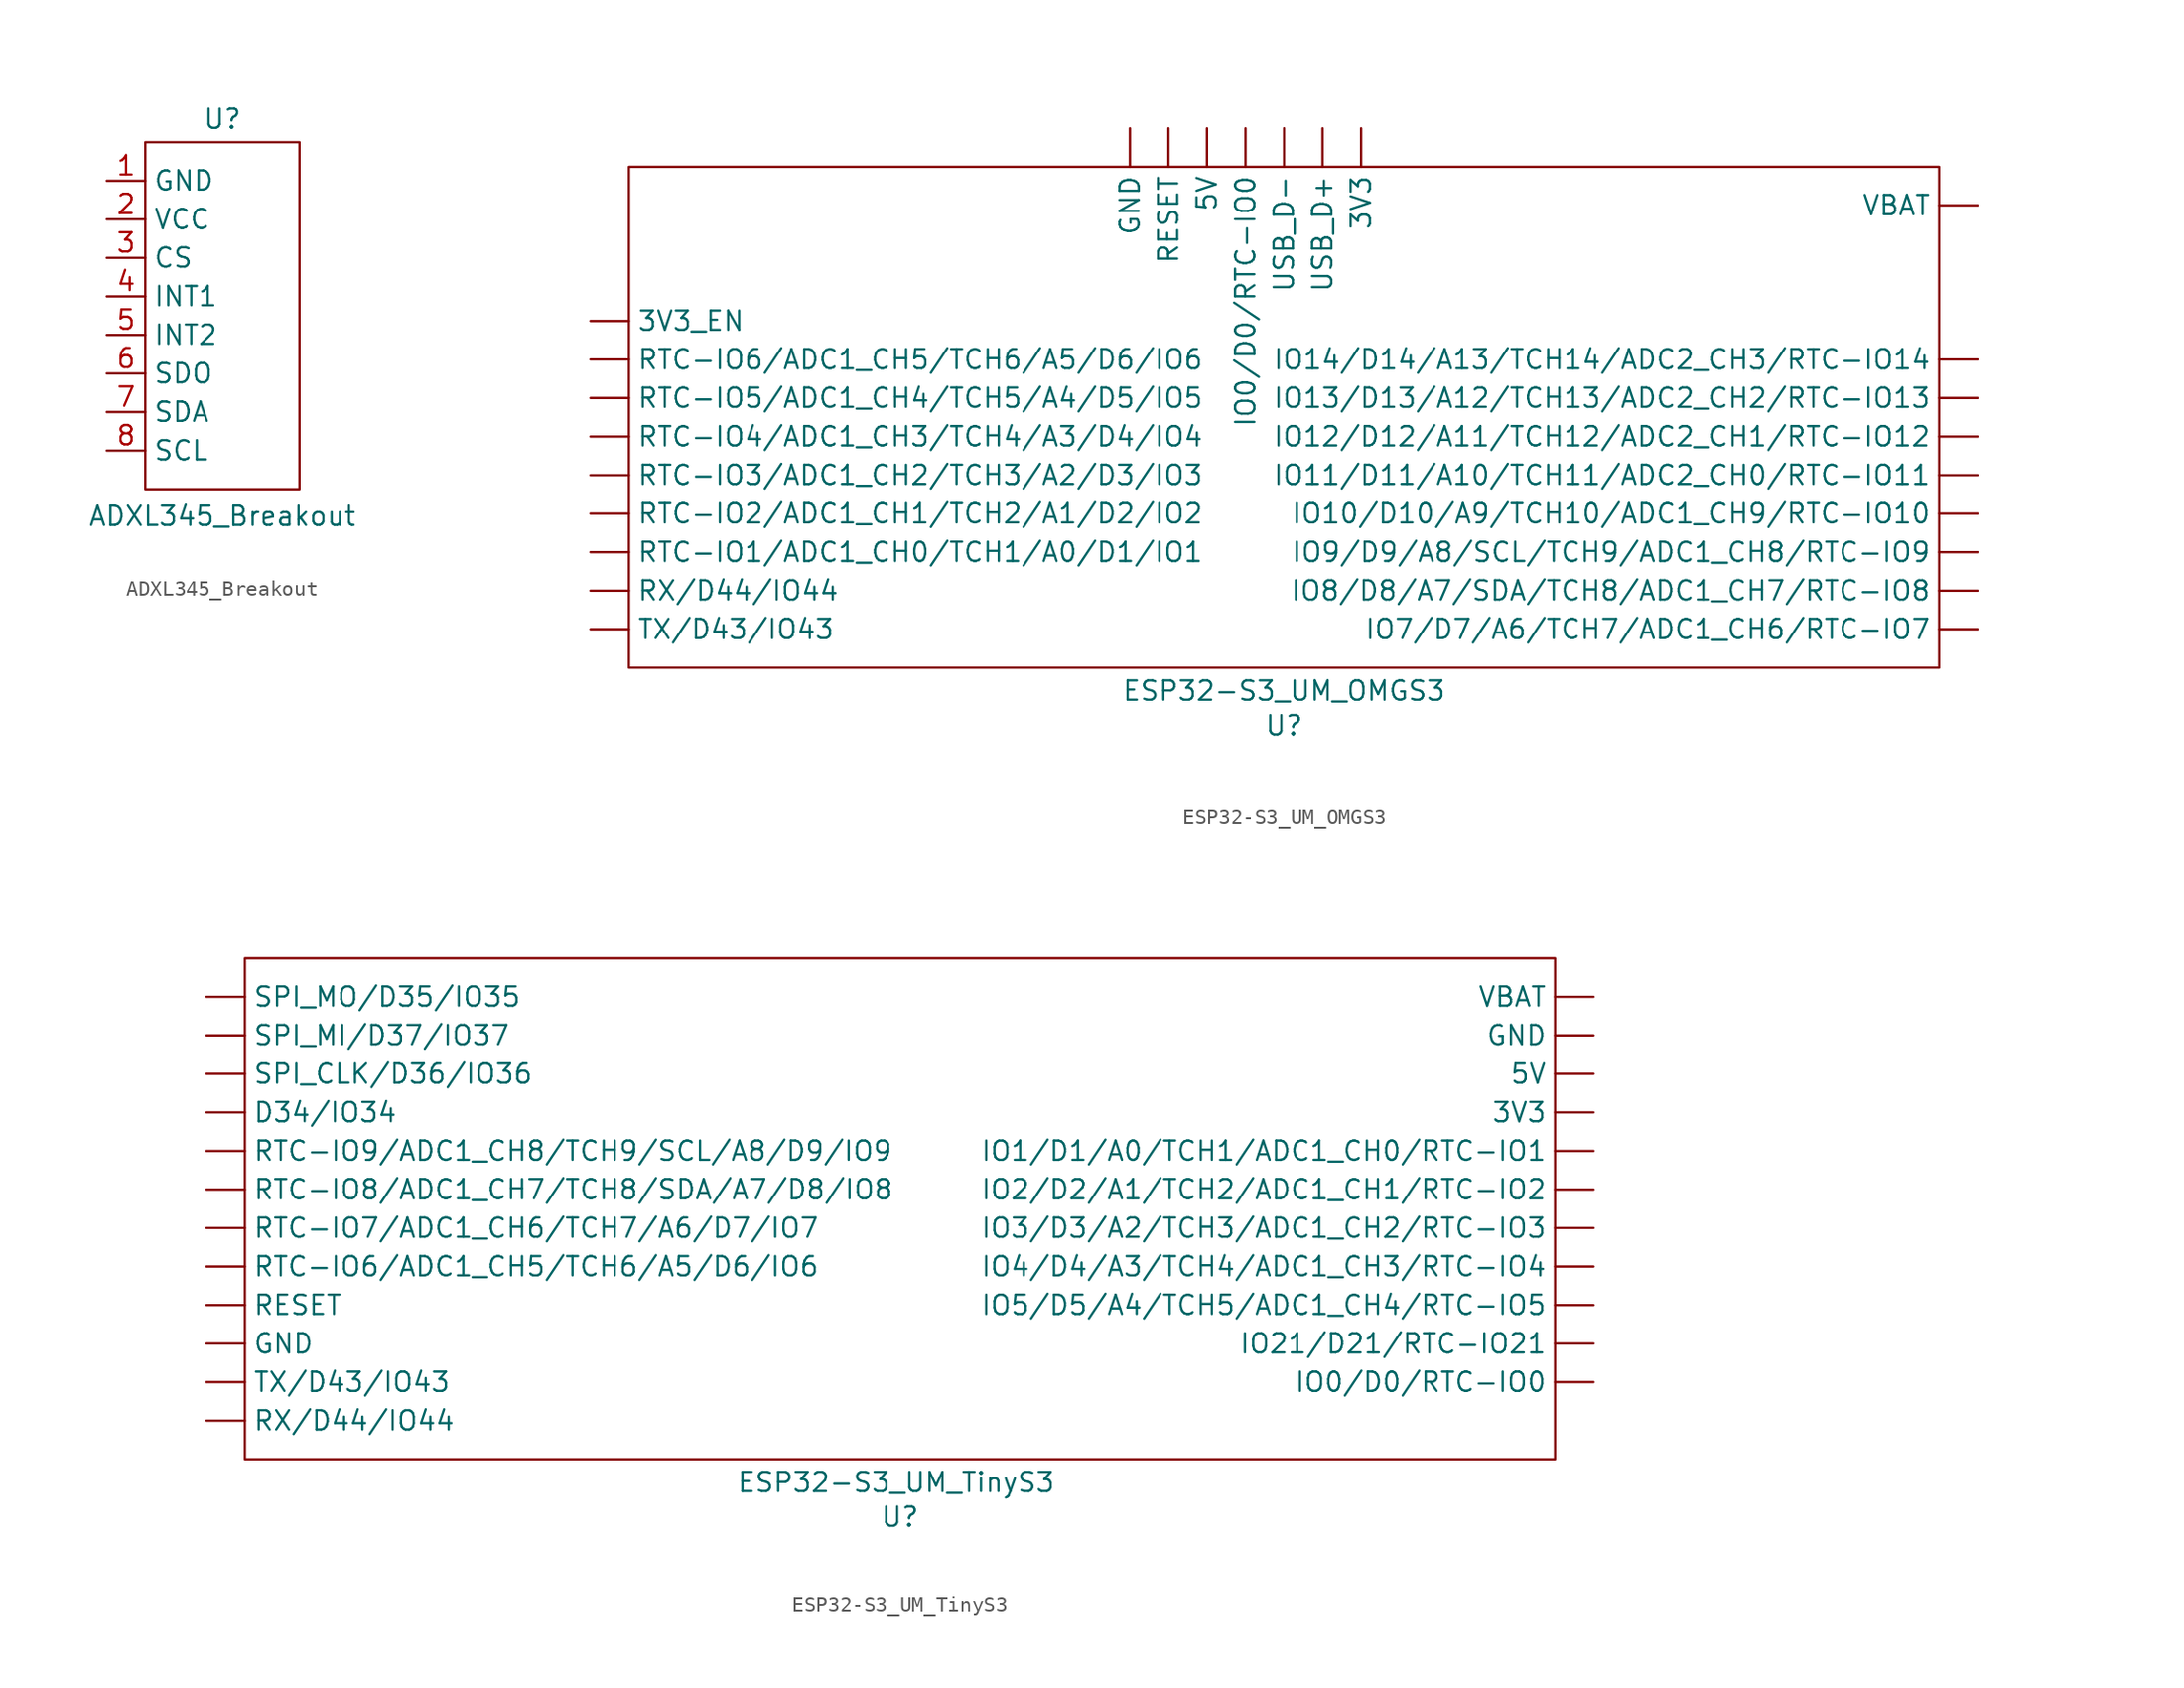
<source format=kicad_sym>
(kicad_symbol_lib
  (version 20231120)
  (generator "kicad_symbol_editor")
  (generator_version "8.0")
  (symbol "ADXL345_Breakout"
    (property "Reference" "U"
      (at 0 12.954 0)
      (effects (font (size 1.27 1.27))))
    (property "Value" "ADXL345_Breakout"
      (at 0 -13.208 0)
      (effects (font (size 1.27 1.27))))
    (symbol "ADXL345_Breakout_0_1"
      (rectangle (start -5.08 11.43) (end 5.08 -11.43) (stroke (width 0) (type default)) (fill (type none))))
    (symbol "ADXL345_Breakout_1_1"
      (pin power_in line (at -7.62 8.89 0) (length 2.54) (name "GND" (effects (font (size 1.27 1.27)))) (number "1" (effects (font (size 1.27 1.27)))))
      (pin power_in line (at -7.62 6.35 0) (length 2.54) (name "VCC" (effects (font (size 1.27 1.27)))) (number "2" (effects (font (size 1.27 1.27)))))
      (pin input line (at -7.62 3.81 0) (length 2.54) (name "CS" (effects (font (size 1.27 1.27)))) (number "3" (effects (font (size 1.27 1.27)))))
      (pin output line (at -7.62 1.27 0) (length 2.54) (name "INT1" (effects (font (size 1.27 1.27)))) (number "4" (effects (font (size 1.27 1.27)))))
      (pin output line (at -7.62 -1.27 0) (length 2.54) (name "INT2" (effects (font (size 1.27 1.27)))) (number "5" (effects (font (size 1.27 1.27)))))
      (pin output line (at -7.62 -3.81 0) (length 2.54) (name "SDO" (effects (font (size 1.27 1.27)))) (number "6" (effects (font (size 1.27 1.27)))))
      (pin bidirectional line (at -7.62 -6.35 0) (length 2.54) (name "SDA" (effects (font (size 1.27 1.27)))) (number "7" (effects (font (size 1.27 1.27)))))
      (pin input line (at -7.62 -8.89 0) (length 2.54) (name "SCL" (effects (font (size 1.27 1.27)))) (number "8" (effects (font (size 1.27 1.27)))))))
  (symbol "ESP32-S3_UM_OMGS3"
    (property "Reference" "U"
      (at 0 -20.32 0)
      (effects (font (size 1.27 1.27))))
    (property "Value" "ESP32-S3_UM_OMGS3"
      (at 0 -18.034 0)
      (effects (font (size 1.27 1.27))))
    (symbol "ESP32-S3_UM_OMGS3_0_1"
      (rectangle (start -43.18 16.51) (end 43.18 -16.51) (stroke (width 0) (type default)) (fill (type none))))
    (symbol "ESP32-S3_UM_OMGS3_1_1"
      (pin power_out line (at 5.08 19.05 270) (length 2.54) (name "3V3" (effects (font (size 1.27 1.27)))) (number "" (effects (font (size 1.27 1.27)))))
      (pin input line (at -45.72 6.35 0) (length 2.54) (name "3V3_EN" (effects (font (size 1.27 1.27)))) (number "" (effects (font (size 1.27 1.27)))))
      (pin power_out line (at -5.08 19.05 270) (length 2.54) (name "5V" (effects (font (size 1.27 1.27)))) (number "" (effects (font (size 1.27 1.27)))))
      (pin power_in line (at -10.16 19.05 270) (length 2.54) (name "GND" (effects (font (size 1.27 1.27)))) (number "" (effects (font (size 1.27 1.27)))))
      (pin bidirectional line (at -2.54 19.05 270) (length 2.54) (name "IO0/D0/RTC-IO0" (effects (font (size 1.27 1.27)))) (number "" (effects (font (size 1.27 1.27)))))
      (pin bidirectional line (at 45.72 -6.35 180) (length 2.54) (name "IO10/D10/A9/TCH10/ADC1_CH9/RTC-IO10" (effects (font (size 1.27 1.27)))) (number "" (effects (font (size 1.27 1.27)))))
      (pin bidirectional line (at 45.72 -3.81 180) (length 2.54) (name "IO11/D11/A10/TCH11/ADC2_CH0/RTC-IO11" (effects (font (size 1.27 1.27)))) (number "" (effects (font (size 1.27 1.27)))))
      (pin bidirectional line (at 45.72 -1.27 180) (length 2.54) (name "IO12/D12/A11/TCH12/ADC2_CH1/RTC-IO12" (effects (font (size 1.27 1.27)))) (number "" (effects (font (size 1.27 1.27)))))
      (pin bidirectional line (at 45.72 1.27 180) (length 2.54) (name "IO13/D13/A12/TCH13/ADC2_CH2/RTC-IO13" (effects (font (size 1.27 1.27)))) (number "" (effects (font (size 1.27 1.27)))))
      (pin bidirectional line (at 45.72 3.81 180) (length 2.54) (name "IO14/D14/A13/TCH14/ADC2_CH3/RTC-IO14" (effects (font (size 1.27 1.27)))) (number "" (effects (font (size 1.27 1.27)))))
      (pin bidirectional line (at 45.72 -13.97 180) (length 2.54) (name "IO7/D7/A6/TCH7/ADC1_CH6/RTC-IO7" (effects (font (size 1.27 1.27)))) (number "" (effects (font (size 1.27 1.27)))))
      (pin bidirectional line (at 45.72 -11.43 180) (length 2.54) (name "IO8/D8/A7/SDA/TCH8/ADC1_CH7/RTC-IO8" (effects (font (size 1.27 1.27)))) (number "" (effects (font (size 1.27 1.27)))))
      (pin bidirectional line (at 45.72 -8.89 180) (length 2.54) (name "IO9/D9/A8/SCL/TCH9/ADC1_CH8/RTC-IO9" (effects (font (size 1.27 1.27)))) (number "" (effects (font (size 1.27 1.27)))))
      (pin input line (at -7.62 19.05 270) (length 2.54) (name "RESET" (effects (font (size 1.27 1.27)))) (number "" (effects (font (size 1.27 1.27)))))
      (pin bidirectional line (at -45.72 -8.89 0) (length 2.54) (name "RTC-IO1/ADC1_CH0/TCH1/A0/D1/IO1" (effects (font (size 1.27 1.27)))) (number "" (effects (font (size 1.27 1.27)))))
      (pin bidirectional line (at -45.72 -6.35 0) (length 2.54) (name "RTC-IO2/ADC1_CH1/TCH2/A1/D2/IO2" (effects (font (size 1.27 1.27)))) (number "" (effects (font (size 1.27 1.27)))))
      (pin bidirectional line (at -45.72 -3.81 0) (length 2.54) (name "RTC-IO3/ADC1_CH2/TCH3/A2/D3/IO3" (effects (font (size 1.27 1.27)))) (number "" (effects (font (size 1.27 1.27)))))
      (pin bidirectional line (at -45.72 -1.27 0) (length 2.54) (name "RTC-IO4/ADC1_CH3/TCH4/A3/D4/IO4" (effects (font (size 1.27 1.27)))) (number "" (effects (font (size 1.27 1.27)))))
      (pin bidirectional line (at -45.72 1.27 0) (length 2.54) (name "RTC-IO5/ADC1_CH4/TCH5/A4/D5/IO5" (effects (font (size 1.27 1.27)))) (number "" (effects (font (size 1.27 1.27)))))
      (pin bidirectional line (at -45.72 3.81 0) (length 2.54) (name "RTC-IO6/ADC1_CH5/TCH6/A5/D6/IO6" (effects (font (size 1.27 1.27)))) (number "" (effects (font (size 1.27 1.27)))))
      (pin bidirectional line (at -45.72 -11.43 0) (length 2.54) (name "RX/D44/IO44" (effects (font (size 1.27 1.27)))) (number "" (effects (font (size 1.27 1.27)))))
      (pin bidirectional line (at -45.72 -13.97 0) (length 2.54) (name "TX/D43/IO43" (effects (font (size 1.27 1.27)))) (number "" (effects (font (size 1.27 1.27)))))
      (pin bidirectional line (at 2.54 19.05 270) (length 2.54) (name "USB_D+" (effects (font (size 1.27 1.27)))) (number "" (effects (font (size 1.27 1.27)))))
      (pin bidirectional line (at 0 19.05 270) (length 2.54) (name "USB_D-" (effects (font (size 1.27 1.27)))) (number "" (effects (font (size 1.27 1.27)))))
      (pin power_in line (at 45.72 13.97 180) (length 2.54) (name "VBAT" (effects (font (size 1.27 1.27)))) (number "" (effects (font (size 1.27 1.27)))))))
  (symbol "ESP32-S3_UM_TinyS3"
    (property "Reference" "U"
      (at 0 -20.32 0)
      (effects (font (size 1.27 1.27))))
    (property "Value" "ESP32-S3_UM_TinyS3"
      (at -0.254 -18.034 0)
      (effects (font (size 1.27 1.27))))
    (symbol "ESP32-S3_UM_TinyS3_0_1"
      (rectangle (start -43.18 16.51) (end 43.18 -16.51) (stroke (width 0) (type default)) (fill (type none))))
    (symbol "ESP32-S3_UM_TinyS3_1_1"
      (pin power_out line (at 45.72 6.35 180) (length 2.54) (name "3V3" (effects (font (size 1.27 1.27)))) (number "" (effects (font (size 1.27 1.27)))))
      (pin power_out line (at 45.72 8.89 180) (length 2.54) (name "5V" (effects (font (size 1.27 1.27)))) (number "" (effects (font (size 1.27 1.27)))))
      (pin bidirectional line (at -45.72 6.35 0) (length 2.54) (name "D34/IO34" (effects (font (size 1.27 1.27)))) (number "" (effects (font (size 1.27 1.27)))))
      (pin power_in line (at -45.72 -8.89 0) (length 2.54) (name "GND" (effects (font (size 1.27 1.27)))) (number "" (effects (font (size 1.27 1.27)))))
      (pin power_in line (at 45.72 11.43 180) (length 2.54) (name "GND" (effects (font (size 1.27 1.27)))) (number "" (effects (font (size 1.27 1.27)))))
      (pin bidirectional line (at 45.72 -11.43 180) (length 2.54) (name "IO0/D0/RTC-IO0" (effects (font (size 1.27 1.27)))) (number "" (effects (font (size 1.27 1.27)))))
      (pin bidirectional line (at 45.72 3.81 180) (length 2.54) (name "IO1/D1/A0/TCH1/ADC1_CH0/RTC-IO1" (effects (font (size 1.27 1.27)))) (number "" (effects (font (size 1.27 1.27)))))
      (pin bidirectional line (at 45.72 1.27 180) (length 2.54) (name "IO2/D2/A1/TCH2/ADC1_CH1/RTC-IO2" (effects (font (size 1.27 1.27)))) (number "" (effects (font (size 1.27 1.27)))))
      (pin bidirectional line (at 45.72 -8.89 180) (length 2.54) (name "IO21/D21/RTC-IO21" (effects (font (size 1.27 1.27)))) (number "" (effects (font (size 1.27 1.27)))))
      (pin bidirectional line (at 45.72 -1.27 180) (length 2.54) (name "IO3/D3/A2/TCH3/ADC1_CH2/RTC-IO3" (effects (font (size 1.27 1.27)))) (number "" (effects (font (size 1.27 1.27)))))
      (pin bidirectional line (at 45.72 -3.81 180) (length 2.54) (name "IO4/D4/A3/TCH4/ADC1_CH3/RTC-IO4" (effects (font (size 1.27 1.27)))) (number "" (effects (font (size 1.27 1.27)))))
      (pin bidirectional line (at 45.72 -6.35 180) (length 2.54) (name "IO5/D5/A4/TCH5/ADC1_CH4/RTC-IO5" (effects (font (size 1.27 1.27)))) (number "" (effects (font (size 1.27 1.27)))))
      (pin input line (at -45.72 -6.35 0) (length 2.54) (name "RESET" (effects (font (size 1.27 1.27)))) (number "" (effects (font (size 1.27 1.27)))))
      (pin bidirectional line (at -45.72 -3.81 0) (length 2.54) (name "RTC-IO6/ADC1_CH5/TCH6/A5/D6/IO6" (effects (font (size 1.27 1.27)))) (number "" (effects (font (size 1.27 1.27)))))
      (pin bidirectional line (at -45.72 -1.27 0) (length 2.54) (name "RTC-IO7/ADC1_CH6/TCH7/A6/D7/IO7" (effects (font (size 1.27 1.27)))) (number "" (effects (font (size 1.27 1.27)))))
      (pin bidirectional line (at -45.72 1.27 0) (length 2.54) (name "RTC-IO8/ADC1_CH7/TCH8/SDA/A7/D8/IO8" (effects (font (size 1.27 1.27)))) (number "" (effects (font (size 1.27 1.27)))))
      (pin bidirectional line (at -45.72 3.81 0) (length 2.54) (name "RTC-IO9/ADC1_CH8/TCH9/SCL/A8/D9/IO9" (effects (font (size 1.27 1.27)))) (number "" (effects (font (size 1.27 1.27)))))
      (pin bidirectional line (at -45.72 -13.97 0) (length 2.54) (name "RX/D44/IO44" (effects (font (size 1.27 1.27)))) (number "" (effects (font (size 1.27 1.27)))))
      (pin bidirectional line (at -45.72 8.89 0) (length 2.54) (name "SPI_CLK/D36/IO36" (effects (font (size 1.27 1.27)))) (number "" (effects (font (size 1.27 1.27)))))
      (pin bidirectional line (at -45.72 11.43 0) (length 2.54) (name "SPI_MI/D37/IO37" (effects (font (size 1.27 1.27)))) (number "" (effects (font (size 1.27 1.27)))))
      (pin bidirectional line (at -45.72 13.97 0) (length 2.54) (name "SPI_MO/D35/IO35" (effects (font (size 1.27 1.27)))) (number "" (effects (font (size 1.27 1.27)))))
      (pin bidirectional line (at -45.72 -11.43 0) (length 2.54) (name "TX/D43/IO43" (effects (font (size 1.27 1.27)))) (number "" (effects (font (size 1.27 1.27)))))
      (pin power_in line (at 45.72 13.97 180) (length 2.54) (name "VBAT" (effects (font (size 1.27 1.27)))) (number "" (effects (font (size 1.27 1.27))))))))
</source>
